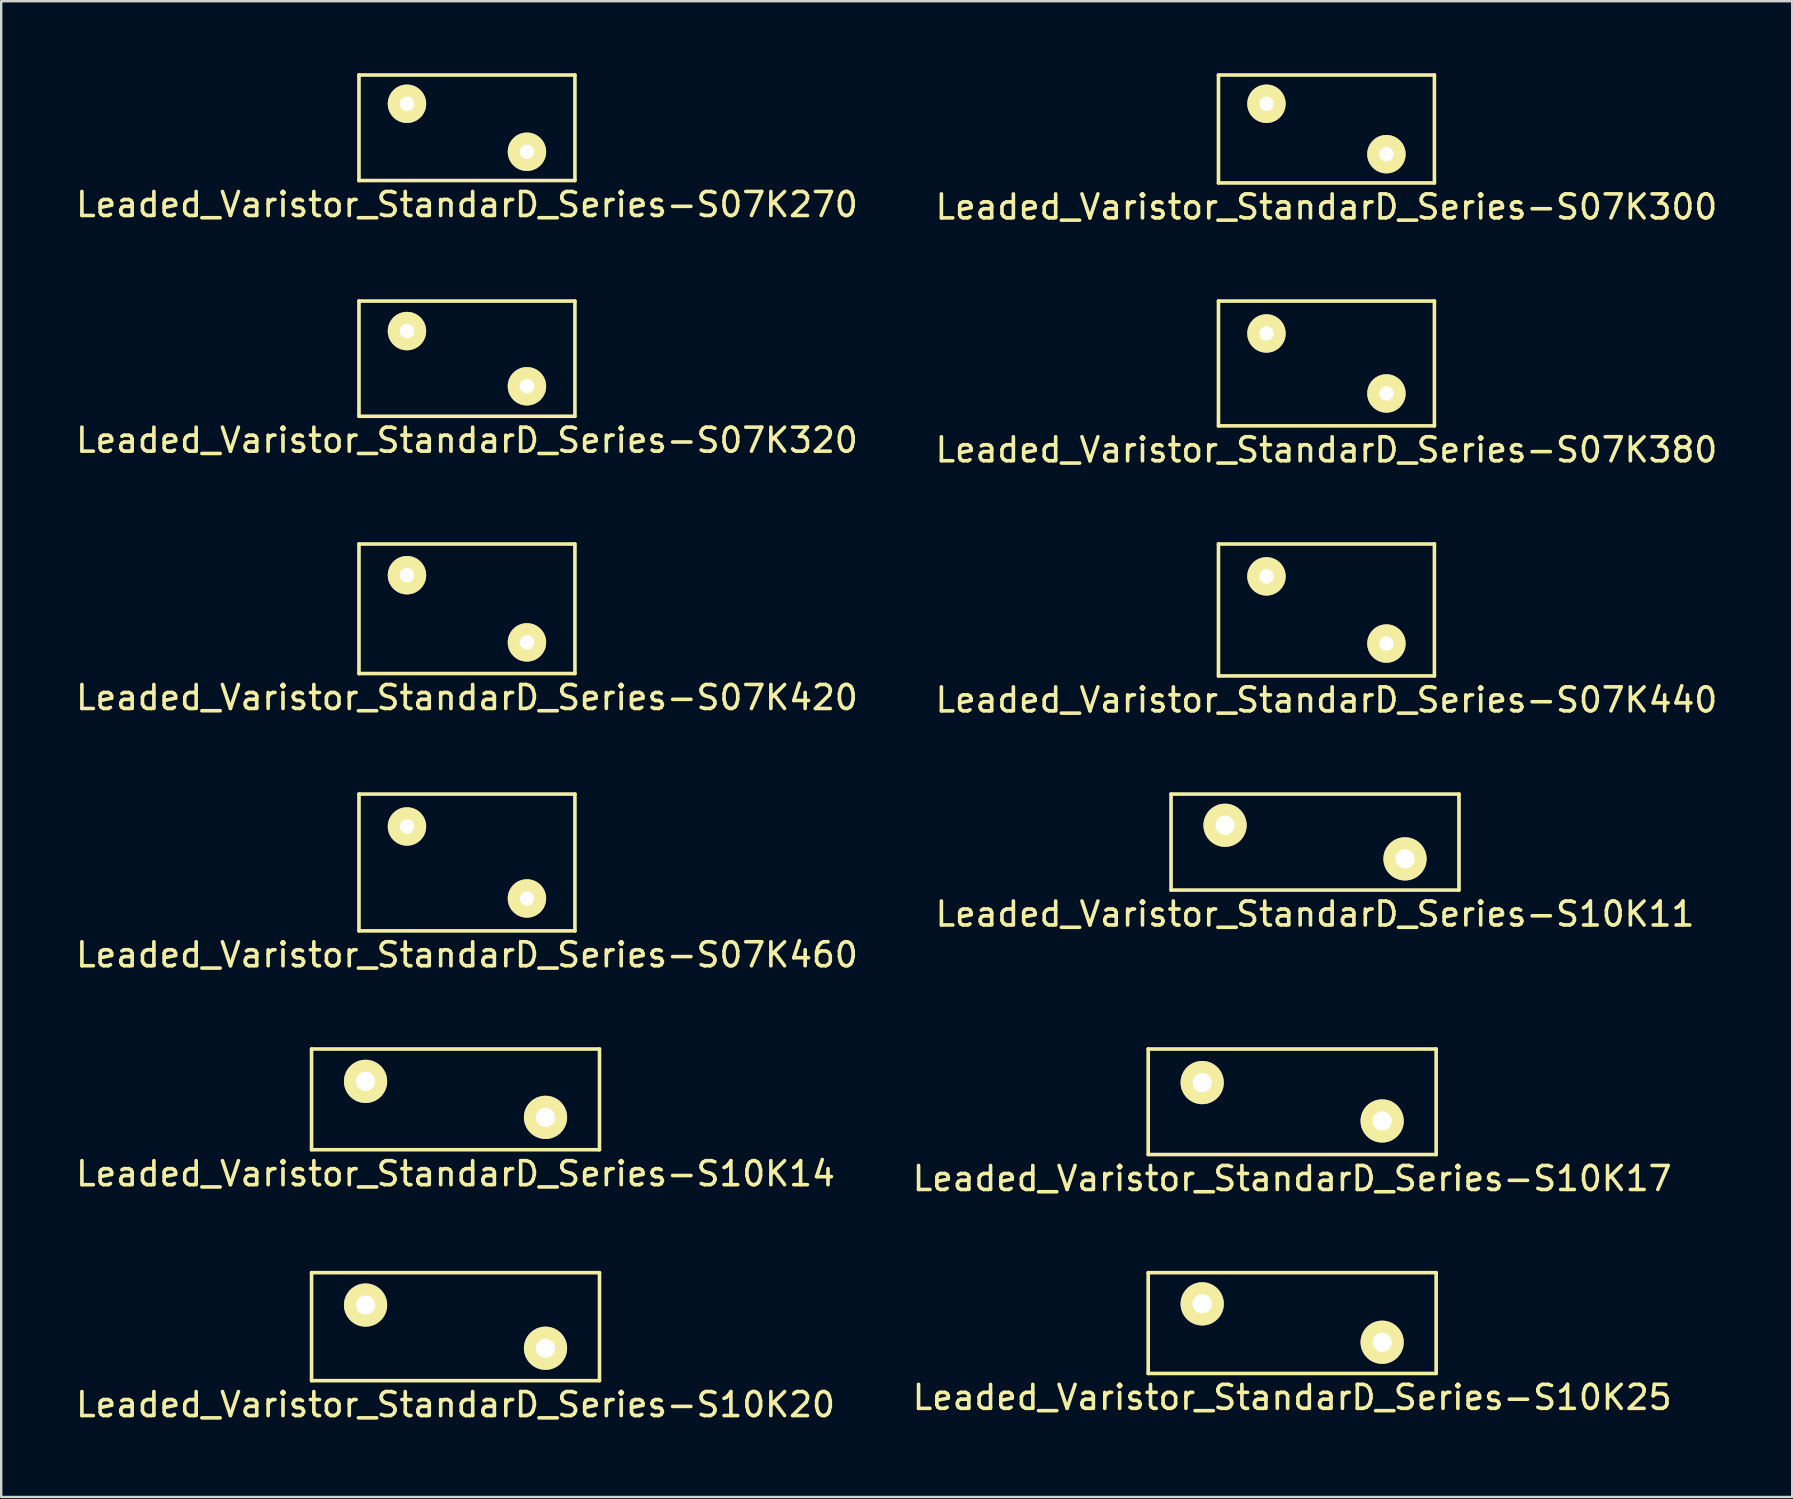
<source format=kicad_pcb>
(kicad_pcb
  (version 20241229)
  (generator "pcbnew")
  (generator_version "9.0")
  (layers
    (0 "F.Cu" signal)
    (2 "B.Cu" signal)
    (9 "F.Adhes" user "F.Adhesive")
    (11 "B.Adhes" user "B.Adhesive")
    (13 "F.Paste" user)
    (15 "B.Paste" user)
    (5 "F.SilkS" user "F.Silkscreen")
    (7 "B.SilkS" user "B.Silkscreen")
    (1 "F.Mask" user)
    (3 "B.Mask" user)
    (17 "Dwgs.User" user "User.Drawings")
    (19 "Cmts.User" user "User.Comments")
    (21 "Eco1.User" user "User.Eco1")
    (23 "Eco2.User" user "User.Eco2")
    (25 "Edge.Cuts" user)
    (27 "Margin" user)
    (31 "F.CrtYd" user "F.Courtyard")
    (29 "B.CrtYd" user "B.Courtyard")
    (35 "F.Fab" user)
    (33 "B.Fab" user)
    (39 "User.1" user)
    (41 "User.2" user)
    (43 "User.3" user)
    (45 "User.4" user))
  (footprint "Leaded_Varistor_StandarD_Series-S10K17"
    (layer "F.Cu")
    (at 47.054 42.068)
    (property "Reference" "Leaded_Varistor_StandarD_Series-S10K17" (at 3.75 4 0) (layer "F.SilkS") (effects (font (size 1 1) (thickness 0.15))))
    (attr through_hole)
    (fp_line (start -2.25 -1.4) (end -2.25 3) (stroke (width 0.15) (type solid)) (layer "F.SilkS"))
    (fp_line (start -2.25 -1.4) (end 9.75 -1.4) (stroke (width 0.15) (type solid)) (layer "F.SilkS"))
    (fp_line (start -2.25 3) (end 9.75 3) (stroke (width 0.15) (type solid)) (layer "F.SilkS"))
    (fp_line (start 9.75 -1.4) (end 9.75 3) (stroke (width 0.15) (type solid)) (layer "F.SilkS"))
    (pad "1" thru_hole circle (at 0 0) (size 1.8 1.8) (drill 0.8) (layers "*.Cu" "*.Mask" "F.SilkS"))
    (pad "2" thru_hole circle (at 7.5 1.6) (size 1.8 1.8) (drill 0.8) (layers "*.Cu" "*.Mask" "F.SilkS")))
  (footprint "Leaded_Varistor_StandarD_Series-S07K320"
    (layer "F.Cu")
    (at 13.911 10.748)
    (property "Reference" "Leaded_Varistor_StandarD_Series-S07K320" (at 2.5 4.55 0) (layer "F.SilkS") (effects (font (size 1 1) (thickness 0.15))))
    (attr through_hole)
    (fp_line (start -2 -1.25) (end -2 3.55) (stroke (width 0.15) (type solid)) (layer "F.SilkS"))
    (fp_line (start -2 -1.25) (end 7 -1.25) (stroke (width 0.15) (type solid)) (layer "F.SilkS"))
    (fp_line (start -2 3.55) (end 7 3.55) (stroke (width 0.15) (type solid)) (layer "F.SilkS"))
    (fp_line (start 7 -1.25) (end 7 3.55) (stroke (width 0.15) (type solid)) (layer "F.SilkS"))
    (pad "1" thru_hole circle (at 0 0) (size 1.6 1.6) (drill 0.6) (layers "*.Cu" "*.Mask" "F.SilkS"))
    (pad "2" thru_hole circle (at 5 2.3) (size 1.6 1.6) (drill 0.6) (layers "*.Cu" "*.Mask" "F.SilkS")))
  (footprint "Leaded_Varistor_StandarD_Series-S10K11"
    (layer "F.Cu")
    (at 48.006 31.345)
    (property "Reference" "Leaded_Varistor_StandarD_Series-S10K11" (at 3.75 3.7 0) (layer "F.SilkS") (effects (font (size 1 1) (thickness 0.15))))
    (attr through_hole)
    (fp_line (start -2.25 -1.3) (end -2.25 2.7) (stroke (width 0.15) (type solid)) (layer "F.SilkS"))
    (fp_line (start -2.25 -1.3) (end 9.75 -1.3) (stroke (width 0.15) (type solid)) (layer "F.SilkS"))
    (fp_line (start -2.25 2.7) (end 9.75 2.7) (stroke (width 0.15) (type solid)) (layer "F.SilkS"))
    (fp_line (start 9.75 -1.3) (end 9.75 2.7) (stroke (width 0.15) (type solid)) (layer "F.SilkS"))
    (pad "1" thru_hole circle (at 0 0) (size 1.8 1.8) (drill 0.8) (layers "*.Cu" "*.Mask" "F.SilkS"))
    (pad "2" thru_hole circle (at 7.5 1.4) (size 1.8 1.8) (drill 0.8) (layers "*.Cu" "*.Mask" "F.SilkS")))
  (footprint "Leaded_Varistor_StandarD_Series-S07K270"
    (layer "F.Cu")
    (at 13.911 1.275)
    (property "Reference" "Leaded_Varistor_StandarD_Series-S07K270" (at 2.5 4.2 0) (layer "F.SilkS") (effects (font (size 1 1) (thickness 0.15))))
    (attr through_hole)
    (fp_line (start -2 -1.2) (end -2 3.2) (stroke (width 0.15) (type solid)) (layer "F.SilkS"))
    (fp_line (start -2 -1.2) (end 7 -1.2) (stroke (width 0.15) (type solid)) (layer "F.SilkS"))
    (fp_line (start -2 3.2) (end 7 3.2) (stroke (width 0.15) (type solid)) (layer "F.SilkS"))
    (fp_line (start 7 -1.2) (end 7 3.2) (stroke (width 0.15) (type solid)) (layer "F.SilkS"))
    (pad "1" thru_hole circle (at 0 0) (size 1.6 1.6) (drill 0.6) (layers "*.Cu" "*.Mask" "F.SilkS"))
    (pad "2" thru_hole circle (at 5 2) (size 1.6 1.6) (drill 0.6) (layers "*.Cu" "*.Mask" "F.SilkS")))
  (footprint "Leaded_Varistor_StandarD_Series-S07K460"
    (layer "F.Cu")
    (at 13.911 31.395)
    (property "Reference" "Leaded_Varistor_StandarD_Series-S07K460" (at 2.5 5.35 0) (layer "F.SilkS") (effects (font (size 1 1) (thickness 0.15))))
    (attr through_hole)
    (fp_line (start -2 -1.35) (end -2 4.35) (stroke (width 0.15) (type solid)) (layer "F.SilkS"))
    (fp_line (start -2 -1.35) (end 7 -1.35) (stroke (width 0.15) (type solid)) (layer "F.SilkS"))
    (fp_line (start -2 4.35) (end 7 4.35) (stroke (width 0.15) (type solid)) (layer "F.SilkS"))
    (fp_line (start 7 -1.35) (end 7 4.35) (stroke (width 0.15) (type solid)) (layer "F.SilkS"))
    (pad "1" thru_hole circle (at 0 0) (size 1.6 1.6) (drill 0.6) (layers "*.Cu" "*.Mask" "F.SilkS"))
    (pad "2" thru_hole circle (at 5 3) (size 1.6 1.6) (drill 0.6) (layers "*.Cu" "*.Mask" "F.SilkS")))
  (footprint "Leaded_Varistor_StandarD_Series-S07K420"
    (layer "F.Cu")
    (at 13.911 20.922)
    (property "Reference" "Leaded_Varistor_StandarD_Series-S07K420" (at 2.5 5.1 0) (layer "F.SilkS") (effects (font (size 1 1) (thickness 0.15))))
    (attr through_hole)
    (fp_line (start -2 -1.3) (end -2 4.1) (stroke (width 0.15) (type solid)) (layer "F.SilkS"))
    (fp_line (start -2 -1.3) (end 7 -1.3) (stroke (width 0.15) (type solid)) (layer "F.SilkS"))
    (fp_line (start -2 4.1) (end 7 4.1) (stroke (width 0.15) (type solid)) (layer "F.SilkS"))
    (fp_line (start 7 -1.3) (end 7 4.1) (stroke (width 0.15) (type solid)) (layer "F.SilkS"))
    (pad "1" thru_hole circle (at 0 0) (size 1.6 1.6) (drill 0.6) (layers "*.Cu" "*.Mask" "F.SilkS"))
    (pad "2" thru_hole circle (at 5 2.8) (size 1.6 1.6) (drill 0.6) (layers "*.Cu" "*.Mask" "F.SilkS")))
  (footprint "Leaded_Varistor_StandarD_Series-S07K440"
    (layer "F.Cu")
    (at 49.732 20.971)
    (property "Reference" "Leaded_Varistor_StandarD_Series-S07K440" (at 2.5 5.15 0) (layer "F.SilkS") (effects (font (size 1 1) (thickness 0.15))))
    (attr through_hole)
    (fp_line (start -2 -1.35) (end -2 4.15) (stroke (width 0.15) (type solid)) (layer "F.SilkS"))
    (fp_line (start -2 -1.35) (end 7 -1.35) (stroke (width 0.15) (type solid)) (layer "F.SilkS"))
    (fp_line (start -2 4.15) (end 7 4.15) (stroke (width 0.15) (type solid)) (layer "F.SilkS"))
    (fp_line (start 7 -1.35) (end 7 4.15) (stroke (width 0.15) (type solid)) (layer "F.SilkS"))
    (pad "1" thru_hole circle (at 0 0) (size 1.6 1.6) (drill 0.6) (layers "*.Cu" "*.Mask" "F.SilkS"))
    (pad "2" thru_hole circle (at 5 2.8) (size 1.6 1.6) (drill 0.6) (layers "*.Cu" "*.Mask" "F.SilkS")))
  (footprint "Leaded_Varistor_StandarD_Series-S07K300"
    (layer "F.Cu")
    (at 49.732 1.275)
    (property "Reference" "Leaded_Varistor_StandarD_Series-S07K300" (at 2.5 4.3 0) (layer "F.SilkS") (effects (font (size 1 1) (thickness 0.15))))
    (attr through_hole)
    (fp_line (start -2 -1.2) (end -2 3.3) (stroke (width 0.15) (type solid)) (layer "F.SilkS"))
    (fp_line (start -2 -1.2) (end 7 -1.2) (stroke (width 0.15) (type solid)) (layer "F.SilkS"))
    (fp_line (start -2 3.3) (end 7 3.3) (stroke (width 0.15) (type solid)) (layer "F.SilkS"))
    (fp_line (start 7 -1.2) (end 7 3.3) (stroke (width 0.15) (type solid)) (layer "F.SilkS"))
    (pad "1" thru_hole circle (at 0 0) (size 1.6 1.6) (drill 0.6) (layers "*.Cu" "*.Mask" "F.SilkS"))
    (pad "2" thru_hole circle (at 5 2.1) (size 1.6 1.6) (drill 0.6) (layers "*.Cu" "*.Mask" "F.SilkS")))
  (footprint "Leaded_Varistor_StandarD_Series-S10K20"
    (layer "F.Cu")
    (at 12.185 51.341)
    (property "Reference" "Leaded_Varistor_StandarD_Series-S10K20" (at 3.75 4.15 0) (layer "F.SilkS") (effects (font (size 1 1) (thickness 0.15))))
    (attr through_hole)
    (fp_line (start -2.25 -1.35) (end -2.25 3.15) (stroke (width 0.15) (type solid)) (layer "F.SilkS"))
    (fp_line (start -2.25 -1.35) (end 9.75 -1.35) (stroke (width 0.15) (type solid)) (layer "F.SilkS"))
    (fp_line (start -2.25 3.15) (end 9.75 3.15) (stroke (width 0.15) (type solid)) (layer "F.SilkS"))
    (fp_line (start 9.75 -1.35) (end 9.75 3.15) (stroke (width 0.15) (type solid)) (layer "F.SilkS"))
    (pad "1" thru_hole circle (at 0 0) (size 1.8 1.8) (drill 0.8) (layers "*.Cu" "*.Mask" "F.SilkS"))
    (pad "2" thru_hole circle (at 7.5 1.8) (size 1.8 1.8) (drill 0.8) (layers "*.Cu" "*.Mask" "F.SilkS")))
  (footprint "Leaded_Varistor_StandarD_Series-S07K380"
    (layer "F.Cu")
    (at 49.732 10.848)
    (property "Reference" "Leaded_Varistor_StandarD_Series-S07K380" (at 2.5 4.85 0) (layer "F.SilkS") (effects (font (size 1 1) (thickness 0.15))))
    (attr through_hole)
    (fp_line (start -2 -1.35) (end -2 3.85) (stroke (width 0.15) (type solid)) (layer "F.SilkS"))
    (fp_line (start -2 -1.35) (end 7 -1.35) (stroke (width 0.15) (type solid)) (layer "F.SilkS"))
    (fp_line (start -2 3.85) (end 7 3.85) (stroke (width 0.15) (type solid)) (layer "F.SilkS"))
    (fp_line (start 7 -1.35) (end 7 3.85) (stroke (width 0.15) (type solid)) (layer "F.SilkS"))
    (pad "1" thru_hole circle (at 0 0) (size 1.6 1.6) (drill 0.6) (layers "*.Cu" "*.Mask" "F.SilkS"))
    (pad "2" thru_hole circle (at 5 2.5) (size 1.6 1.6) (drill 0.6) (layers "*.Cu" "*.Mask" "F.SilkS")))
  (footprint "Leaded_Varistor_StandarD_Series-S10K25"
    (layer "F.Cu")
    (at 47.054 51.291)
    (property "Reference" "Leaded_Varistor_StandarD_Series-S10K25" (at 3.75 3.9 0) (layer "F.SilkS") (effects (font (size 1 1) (thickness 0.15))))
    (attr through_hole)
    (fp_line (start -2.25 -1.3) (end -2.25 2.9) (stroke (width 0.15) (type solid)) (layer "F.SilkS"))
    (fp_line (start -2.25 -1.3) (end 9.75 -1.3) (stroke (width 0.15) (type solid)) (layer "F.SilkS"))
    (fp_line (start -2.25 2.9) (end 9.75 2.9) (stroke (width 0.15) (type solid)) (layer "F.SilkS"))
    (fp_line (start 9.75 -1.3) (end 9.75 2.9) (stroke (width 0.15) (type solid)) (layer "F.SilkS"))
    (pad "1" thru_hole circle (at 0 0) (size 1.8 1.8) (drill 0.8) (layers "*.Cu" "*.Mask" "F.SilkS"))
    (pad "2" thru_hole circle (at 7.5 1.6) (size 1.8 1.8) (drill 0.8) (layers "*.Cu" "*.Mask" "F.SilkS")))
  (footprint "Leaded_Varistor_StandarD_Series-S10K14"
    (layer "F.Cu")
    (at 12.185 42.018)
    (property "Reference" "Leaded_Varistor_StandarD_Series-S10K14" (at 3.75 3.85 0) (layer "F.SilkS") (effects (font (size 1 1) (thickness 0.15))))
    (attr through_hole)
    (fp_line (start -2.25 -1.35) (end -2.25 2.85) (stroke (width 0.15) (type solid)) (layer "F.SilkS"))
    (fp_line (start -2.25 -1.35) (end 9.75 -1.35) (stroke (width 0.15) (type solid)) (layer "F.SilkS"))
    (fp_line (start -2.25 2.85) (end 9.75 2.85) (stroke (width 0.15) (type solid)) (layer "F.SilkS"))
    (fp_line (start 9.75 -1.35) (end 9.75 2.85) (stroke (width 0.15) (type solid)) (layer "F.SilkS"))
    (pad "1" thru_hole circle (at 0 0) (size 1.8 1.8) (drill 0.8) (layers "*.Cu" "*.Mask" "F.SilkS"))
    (pad "2" thru_hole circle (at 7.5 1.5) (size 1.8 1.8) (drill 0.8) (layers "*.Cu" "*.Mask" "F.SilkS")))
  (gr_rect
    (start -3 -3)
    (end 71.643 59.34)
    (stroke (width 0.1) (type default))
    (fill no)
    (layer "Edge.Cuts")))
</source>
